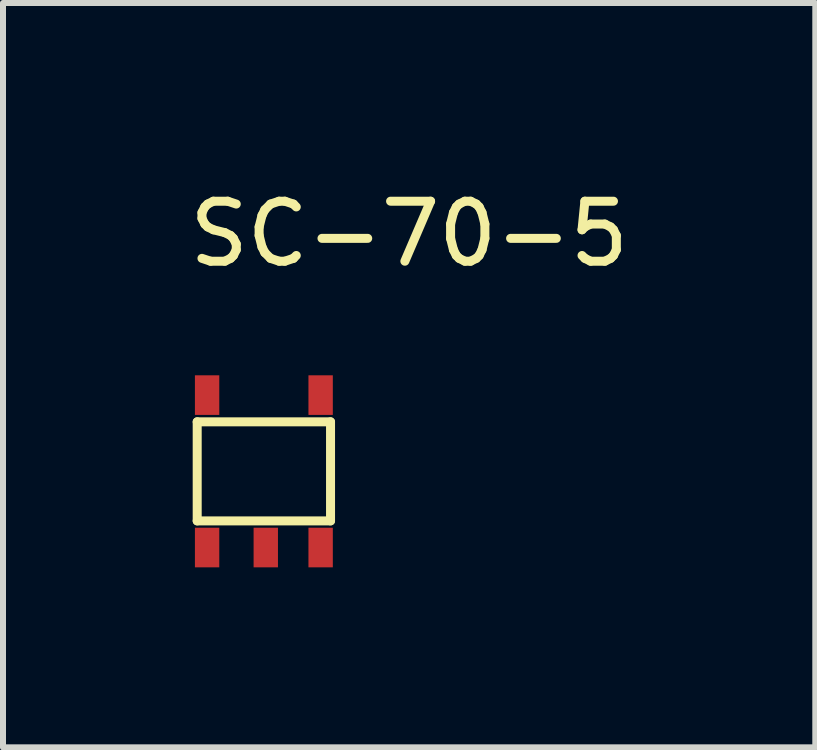
<source format=kicad_pcb>
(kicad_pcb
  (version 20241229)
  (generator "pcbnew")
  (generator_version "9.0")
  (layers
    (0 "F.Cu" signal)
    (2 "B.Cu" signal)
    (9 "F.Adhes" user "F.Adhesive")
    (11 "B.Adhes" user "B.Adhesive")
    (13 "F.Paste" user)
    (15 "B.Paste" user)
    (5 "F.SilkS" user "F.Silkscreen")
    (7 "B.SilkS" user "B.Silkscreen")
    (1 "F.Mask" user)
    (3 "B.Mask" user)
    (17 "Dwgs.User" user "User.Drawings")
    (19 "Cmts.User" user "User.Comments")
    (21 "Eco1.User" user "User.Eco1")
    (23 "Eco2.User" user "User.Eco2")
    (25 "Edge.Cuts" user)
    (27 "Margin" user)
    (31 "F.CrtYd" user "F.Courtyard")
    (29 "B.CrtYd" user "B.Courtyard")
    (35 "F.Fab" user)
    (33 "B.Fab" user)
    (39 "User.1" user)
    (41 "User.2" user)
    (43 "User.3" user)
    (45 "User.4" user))
  (footprint "SC-70-5"
    (layer "F.Cu")
    (at 0.998 5.058)
    (property "Reference" "SC-70-5" (at 2.77 -4.21 0) (layer "F.SilkS") (effects (font (size 1 1) (thickness 0.15))))
    (attr smd)
    (fp_line (start -0.762 -1.079) (end -0.762 0.572) (stroke (width 0.15) (type solid)) (layer "F.SilkS"))
    (fp_line (start -0.762 0.572) (end 1.46 0.572) (stroke (width 0.15) (type solid)) (layer "F.SilkS"))
    (fp_line (start 1.46 -1.079) (end -0.762 -1.079) (stroke (width 0.15) (type solid)) (layer "F.SilkS"))
    (fp_line (start 1.46 0.572) (end 1.46 -1.079) (stroke (width 0.15) (type solid)) (layer "F.SilkS"))
    (pad "1" smd rect (at -0.597 1.016) (size 0.406 0.66) (layers "F.Cu" "F.Mask" "F.Paste"))
    (pad "2" smd rect (at 0.381 1.016) (size 0.406 0.66) (layers "F.Cu" "F.Mask" "F.Paste"))
    (pad "3" smd rect (at 1.295 1.016) (size 0.406 0.66) (layers "F.Cu" "F.Mask" "F.Paste"))
    (pad "4" smd rect (at 1.295 -1.524) (size 0.406 0.66) (layers "F.Cu" "F.Mask" "F.Paste"))
    (pad "5" smd rect (at -0.597 -1.524) (size 0.406 0.66) (layers "F.Cu" "F.Mask" "F.Paste")))
  (gr_rect
    (start -3 -3)
    (end 10.536 9.404)
    (stroke (width 0.1) (type default))
    (fill no)
    (layer "Edge.Cuts")))
</source>
